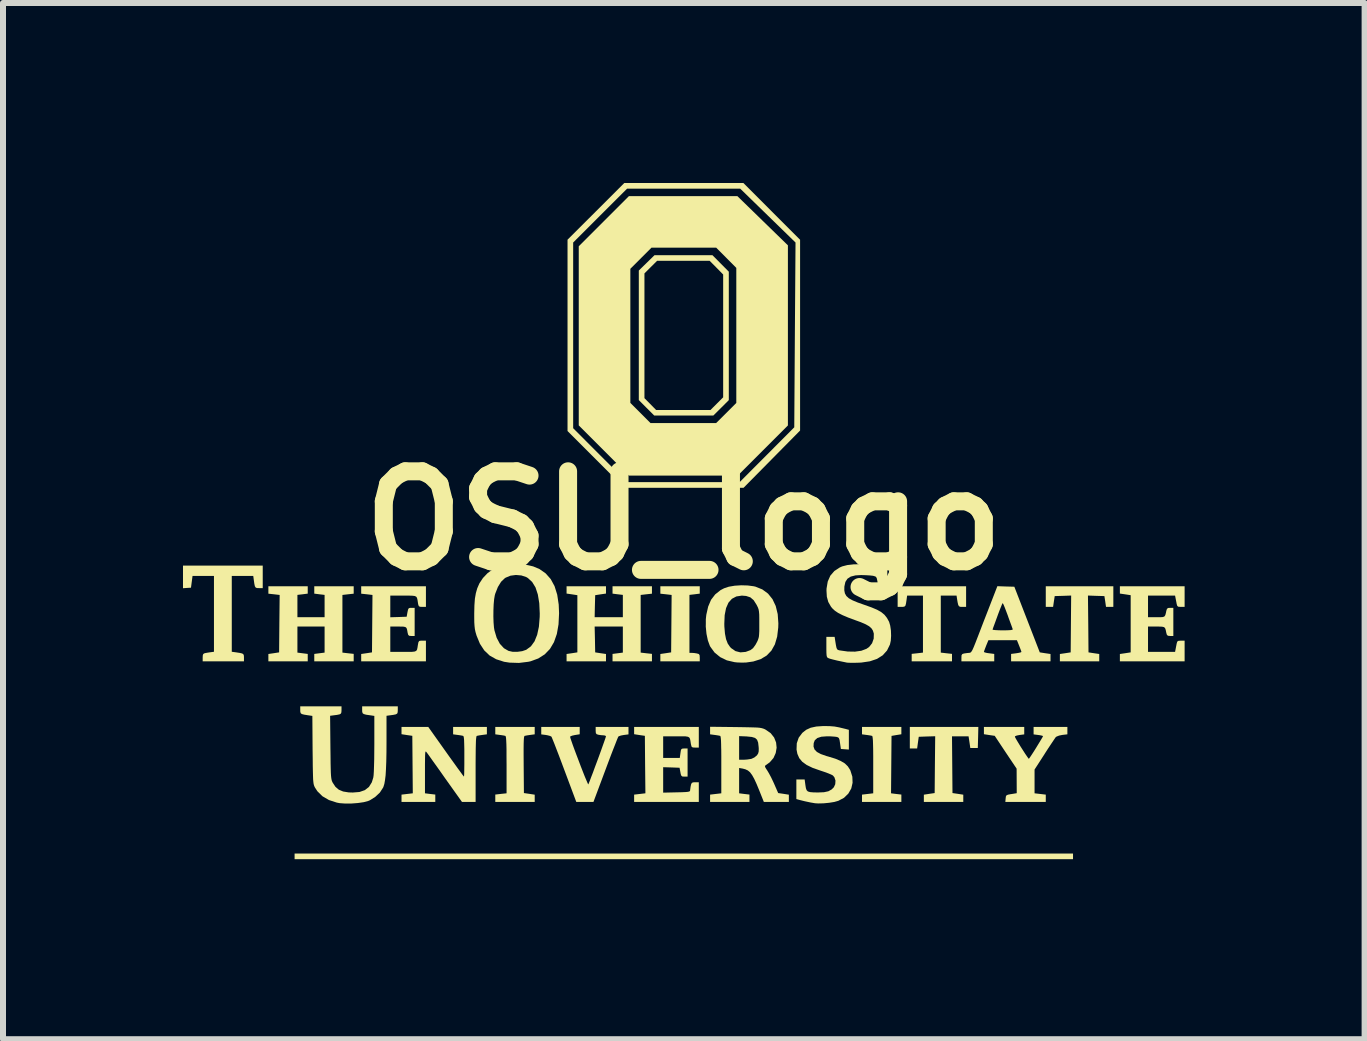
<source format=kicad_pcb>
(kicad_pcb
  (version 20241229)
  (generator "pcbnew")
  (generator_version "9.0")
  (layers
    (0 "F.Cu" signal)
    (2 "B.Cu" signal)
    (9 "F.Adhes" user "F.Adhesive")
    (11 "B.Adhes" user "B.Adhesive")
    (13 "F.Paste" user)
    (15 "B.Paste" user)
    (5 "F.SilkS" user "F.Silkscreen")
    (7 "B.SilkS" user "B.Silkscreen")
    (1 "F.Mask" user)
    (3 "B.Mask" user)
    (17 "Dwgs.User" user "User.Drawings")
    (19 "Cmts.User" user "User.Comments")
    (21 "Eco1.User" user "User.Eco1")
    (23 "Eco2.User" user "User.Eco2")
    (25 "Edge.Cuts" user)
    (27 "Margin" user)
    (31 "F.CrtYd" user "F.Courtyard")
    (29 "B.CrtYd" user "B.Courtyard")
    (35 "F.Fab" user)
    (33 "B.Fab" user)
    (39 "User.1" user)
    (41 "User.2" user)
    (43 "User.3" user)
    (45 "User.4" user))
  (footprint "OSU_logo"
    (layer "F.Cu")
    (at 8.347 5.627)
    (property "Reference" "OSU_logo" (at 0 0 0) (layer "F.SilkS") (effects (font (size 1.5 1.5) (thickness 0.3))))
    (attr board_only exclude_from_pos_files exclude_from_bom)
    (fp_poly (pts (xy 6.487 5.596) (xy 6.487 5.643) (xy 0 5.643) (xy -6.487 5.643) (xy -6.487 5.596) (xy -6.487 5.549) (xy 0 5.549) (xy 6.487 5.549)) (stroke (width 0) (type solid)) (fill yes) (layer "F.SilkS"))
    (fp_poly (pts (xy 0.266 1.156) (xy 0.266 1.217) (xy 0.18 1.228) (xy 0.094 1.238) (xy 0.094 1.721) (xy 0.094 2.204) (xy 0.131 2.204) (xy 0.174 2.207) (xy 0.217 2.214) (xy 0.249 2.223) (xy 0.263 2.242) (xy 0.266 2.28) (xy 0.266 2.284) (xy 0.266 2.345) (xy -0.063 2.345) (xy -0.391 2.345) (xy -0.391 2.284) (xy -0.391 2.223) (xy -0.301 2.21) (xy -0.211 2.196) (xy -0.207 1.718) (xy -0.203 1.239) (xy -0.297 1.228) (xy -0.391 1.218) (xy -0.391 1.156) (xy -0.391 1.094) (xy -0.063 1.094) (xy 0.266 1.094)) (stroke (width 0) (type solid)) (fill yes) (layer "F.SilkS"))
    (fp_poly (pts (xy 4.905 3.615) (xy 4.9 3.79) (xy 4.838 3.79) (xy 4.775 3.79) (xy 4.761 3.693) (xy 4.746 3.595) (xy 4.608 3.595) (xy 4.47 3.595) (xy 4.474 4.068) (xy 4.478 4.541) (xy 4.568 4.554) (xy 4.658 4.568) (xy 4.658 4.628) (xy 4.658 4.689) (xy 4.33 4.689) (xy 4.001 4.689) (xy 4.001 4.628) (xy 4.001 4.568) (xy 4.091 4.554) (xy 4.181 4.541) (xy 4.185 4.067) (xy 4.19 3.594) (xy 4.053 3.598) (xy 3.916 3.603) (xy 3.902 3.701) (xy 3.889 3.798) (xy 3.828 3.798) (xy 3.767 3.798) (xy 3.767 3.619) (xy 3.767 3.439) (xy 4.338 3.439) (xy 4.909 3.439)) (stroke (width 0) (type solid)) (fill yes) (layer "F.SilkS"))
    (fp_poly (pts (xy 7.159 1.266) (xy 7.159 1.438) (xy 7.098 1.438) (xy 7.037 1.438) (xy 7.024 1.348) (xy 7.01 1.258) (xy 6.873 1.254) (xy 6.736 1.249) (xy 6.741 1.723) (xy 6.745 2.196) (xy 6.835 2.21) (xy 6.924 2.223) (xy 6.924 2.284) (xy 6.924 2.345) (xy 6.596 2.345) (xy 6.268 2.345) (xy 6.268 2.284) (xy 6.268 2.223) (xy 6.358 2.21) (xy 6.448 2.196) (xy 6.452 1.723) (xy 6.456 1.249) (xy 6.319 1.254) (xy 6.182 1.258) (xy 6.168 1.348) (xy 6.155 1.438) (xy 6.094 1.438) (xy 6.033 1.438) (xy 6.033 1.266) (xy 6.033 1.094) (xy 6.596 1.094) (xy 7.159 1.094)) (stroke (width 0) (type solid)) (fill yes) (layer "F.SilkS"))
    (fp_poly (pts (xy 3.626 3.5) (xy 3.626 3.561) (xy 3.544 3.574) (xy 3.462 3.588) (xy 3.458 4.066) (xy 3.454 4.545) (xy 3.54 4.556) (xy 3.626 4.566) (xy 3.626 4.628) (xy 3.626 4.689) (xy 3.298 4.689) (xy 2.97 4.689) (xy 2.97 4.628) (xy 2.97 4.567) (xy 3.064 4.556) (xy 3.157 4.545) (xy 3.157 4.07) (xy 3.157 3.928) (xy 3.156 3.815) (xy 3.154 3.728) (xy 3.152 3.665) (xy 3.148 3.622) (xy 3.144 3.597) (xy 3.138 3.588) (xy 3.138 3.588) (xy 3.111 3.582) (xy 3.067 3.575) (xy 3.044 3.572) (xy 2.97 3.562) (xy 2.97 3.5) (xy 2.97 3.439) (xy 3.298 3.439) (xy 3.626 3.439)) (stroke (width 0) (type solid)) (fill yes) (layer "F.SilkS"))
    (fp_poly (pts (xy 0.614 -4.286) (xy 0.75 -4.149) (xy 0.75 -3.079) (xy 0.75 -2.008) (xy 0.621 -1.879) (xy 0.492 -1.751) (xy -0.001 -1.751) (xy -0.493 -1.751) (xy -0.622 -1.88) (xy -0.75 -2.009) (xy -0.75 -3.089) (xy -0.75 -4.12) (xy -0.656 -4.12) (xy -0.656 -3.08) (xy -0.656 -2.041) (xy -0.559 -1.943) (xy -0.462 -1.844) (xy -0.009 -1.844) (xy 0.445 -1.844) (xy 0.551 -1.95) (xy 0.656 -2.055) (xy 0.656 -3.078) (xy 0.656 -4.102) (xy 0.544 -4.216) (xy 0.431 -4.33) (xy -0.007 -4.33) (xy -0.445 -4.33) (xy -0.551 -4.225) (xy -0.656 -4.12) (xy -0.75 -4.12) (xy -0.75 -4.168) (xy -0.619 -4.296) (xy -0.488 -4.424) (xy -0.005 -4.424) (xy 0.477 -4.424)) (stroke (width 0) (type solid)) (fill yes) (layer "F.SilkS"))
    (fp_poly (pts (xy 1.314 -4.998) (xy 1.735 -4.588) (xy 1.735 -3.087) (xy 1.735 -1.586) (xy 1.317 -1.168) (xy 0.899 -0.75) (xy -0.008 -0.75) (xy -0.915 -0.75) (xy -1.333 -1.169) (xy -1.751 -1.587) (xy -1.751 -3.079) (xy -1.751 -4.197) (xy -0.891 -4.197) (xy -0.891 -3.08) (xy -0.891 -1.962) (xy -0.723 -1.794) (xy -0.555 -1.626) (xy -0.008 -1.626) (xy 0.539 -1.626) (xy 0.707 -1.793) (xy 0.875 -1.961) (xy 0.875 -3.087) (xy 0.875 -4.212) (xy 0.708 -4.38) (xy 0.54 -4.549) (xy 0.001 -4.549) (xy -0.539 -4.549) (xy -0.715 -4.373) (xy -0.891 -4.197) (xy -1.751 -4.197) (xy -1.751 -4.572) (xy -1.333 -4.99) (xy -0.915 -5.408) (xy -0.011 -5.408) (xy 0.893 -5.408)) (stroke (width 0) (type solid)) (fill yes) (layer "F.SilkS"))
    (fp_poly (pts (xy 1.465 -5.154) (xy 1.938 -4.681) (xy 1.938 -3.091) (xy 1.938 -1.501) (xy 1.467 -1.024) (xy 0.996 -0.547) (xy 0.002 -0.547) (xy -0.993 -0.547) (xy -1.465 -1.02) (xy -1.938 -1.493) (xy -1.938 -3.087) (xy -1.938 -4.635) (xy -1.844 -4.635) (xy -1.844 -3.087) (xy -1.844 -1.54) (xy -1.395 -1.09) (xy -0.946 -0.641) (xy -0.008 -0.641) (xy 0.93 -0.641) (xy 1.386 -1.098) (xy 1.841 -1.555) (xy 1.851 -3.095) (xy 1.862 -4.635) (xy 1.401 -5.084) (xy 0.94 -5.533) (xy -0.003 -5.533) (xy -0.945 -5.533) (xy -1.395 -5.084) (xy -1.844 -4.635) (xy -1.938 -4.635) (xy -1.938 -4.682) (xy -1.465 -5.154) (xy -0.992 -5.627) (xy 0.00019 -5.627) (xy 0.993 -5.627)) (stroke (width 0) (type solid)) (fill yes) (layer "F.SilkS"))
    (fp_poly (pts (xy 4.705 1.266) (xy 4.705 1.438) (xy 4.643 1.438) (xy 4.609 1.437) (xy 4.587 1.428) (xy 4.574 1.406) (xy 4.564 1.364) (xy 4.556 1.317) (xy 4.546 1.25) (xy 4.414 1.25) (xy 4.283 1.25) (xy 4.283 1.725) (xy 4.283 2.2) (xy 4.377 2.211) (xy 4.47 2.221) (xy 4.47 2.283) (xy 4.47 2.345) (xy 4.134 2.345) (xy 3.798 2.345) (xy 3.798 2.283) (xy 3.798 2.221) (xy 3.892 2.211) (xy 3.986 2.2) (xy 3.986 1.725) (xy 3.986 1.25) (xy 3.854 1.25) (xy 3.722 1.25) (xy 3.712 1.325) (xy 3.703 1.383) (xy 3.694 1.417) (xy 3.677 1.433) (xy 3.65 1.438) (xy 3.627 1.438) (xy 3.564 1.438) (xy 3.564 1.266) (xy 3.564 1.094) (xy 4.134 1.094) (xy 4.705 1.094)) (stroke (width 0) (type solid)) (fill yes) (layer "F.SilkS"))
    (fp_poly (pts (xy -7.018 0.938) (xy -7.018 1.125) (xy -7.08 1.125) (xy -7.114 1.124) (xy -7.135 1.116) (xy -7.149 1.094) (xy -7.158 1.053) (xy -7.166 0.996) (xy -7.176 0.922) (xy -7.355 0.922) (xy -7.534 0.922) (xy -7.534 1.554) (xy -7.534 2.186) (xy -7.46 2.196) (xy -7.397 2.206) (xy -7.359 2.215) (xy -7.339 2.23) (xy -7.332 2.252) (xy -7.331 2.283) (xy -7.331 2.345) (xy -7.675 2.345) (xy -8.019 2.345) (xy -8.019 2.282) (xy -8.017 2.245) (xy -8.009 2.223) (xy -7.986 2.21) (xy -7.943 2.202) (xy -7.905 2.196) (xy -7.831 2.186) (xy -7.831 1.554) (xy -7.831 0.922) (xy -8.009 0.922) (xy -8.188 0.922) (xy -8.201 1.02) (xy -8.214 1.118) (xy -8.28 1.122) (xy -8.347 1.127) (xy -8.347 0.939) (xy -8.347 0.75) (xy -7.683 0.75) (xy -7.018 0.75)) (stroke (width 0) (type solid)) (fill yes) (layer "F.SilkS"))
    (fp_poly (pts (xy -2.485 3.5) (xy -2.485 3.562) (xy -2.56 3.572) (xy -2.608 3.579) (xy -2.644 3.586) (xy -2.654 3.588) (xy -2.659 3.596) (xy -2.664 3.619) (xy -2.667 3.659) (xy -2.669 3.718) (xy -2.67 3.8) (xy -2.67 3.908) (xy -2.669 4.043) (xy -2.669 4.068) (xy -2.665 4.541) (xy -2.575 4.554) (xy -2.485 4.568) (xy -2.485 4.628) (xy -2.485 4.689) (xy -2.814 4.689) (xy -3.142 4.689) (xy -3.142 4.627) (xy -3.142 4.566) (xy -3.048 4.555) (xy -2.954 4.545) (xy -2.954 4.069) (xy -2.955 3.928) (xy -2.955 3.815) (xy -2.957 3.728) (xy -2.96 3.664) (xy -2.963 3.622) (xy -2.968 3.597) (xy -2.974 3.588) (xy -2.974 3.588) (xy -3 3.582) (xy -3.044 3.575) (xy -3.068 3.572) (xy -3.142 3.562) (xy -3.142 3.5) (xy -3.142 3.439) (xy -2.814 3.439) (xy -2.485 3.439)) (stroke (width 0) (type solid)) (fill yes) (layer "F.SilkS"))
    (fp_poly (pts (xy -6.268 1.156) (xy -6.268 1.217) (xy -6.354 1.228) (xy -6.44 1.238) (xy -6.44 1.424) (xy -6.44 1.61) (xy -6.213 1.61) (xy -5.987 1.61) (xy -5.987 1.424) (xy -5.987 1.238) (xy -6.073 1.228) (xy -6.159 1.217) (xy -6.159 1.156) (xy -6.159 1.094) (xy -5.83 1.094) (xy -5.502 1.094) (xy -5.502 1.156) (xy -5.502 1.218) (xy -5.596 1.228) (xy -5.69 1.239) (xy -5.69 1.719) (xy -5.69 2.2) (xy -5.596 2.211) (xy -5.502 2.221) (xy -5.502 2.283) (xy -5.502 2.345) (xy -5.83 2.345) (xy -6.159 2.345) (xy -6.159 2.283) (xy -6.159 2.222) (xy -6.073 2.211) (xy -5.987 2.2) (xy -5.987 1.983) (xy -5.987 1.766) (xy -6.213 1.766) (xy -6.44 1.766) (xy -6.44 1.983) (xy -6.44 2.2) (xy -6.354 2.211) (xy -6.268 2.222) (xy -6.268 2.283) (xy -6.268 2.345) (xy -6.596 2.345) (xy -6.924 2.345) (xy -6.924 2.284) (xy -6.924 2.223) (xy -6.835 2.21) (xy -6.745 2.196) (xy -6.741 1.718) (xy -6.736 1.239) (xy -6.83 1.228) (xy -6.924 1.218) (xy -6.924 1.156) (xy -6.924 1.094) (xy -6.596 1.094) (xy -6.268 1.094)) (stroke (width 0) (type solid)) (fill yes) (layer "F.SilkS"))
    (fp_poly (pts (xy -1.297 1.155) (xy -1.297 1.216) (xy -1.387 1.229) (xy -1.477 1.243) (xy -1.482 1.426) (xy -1.486 1.61) (xy -1.251 1.61) (xy -1.016 1.61) (xy -1.016 1.424) (xy -1.016 1.238) (xy -1.102 1.228) (xy -1.188 1.217) (xy -1.188 1.156) (xy -1.188 1.094) (xy -0.86 1.094) (xy -0.531 1.094) (xy -0.531 1.156) (xy -0.531 1.218) (xy -0.625 1.228) (xy -0.719 1.239) (xy -0.719 1.719) (xy -0.719 2.2) (xy -0.625 2.211) (xy -0.531 2.221) (xy -0.531 2.283) (xy -0.531 2.345) (xy -0.86 2.345) (xy -1.188 2.345) (xy -1.188 2.283) (xy -1.188 2.222) (xy -1.102 2.211) (xy -1.016 2.2) (xy -1.016 1.983) (xy -1.016 1.766) (xy -1.251 1.766) (xy -1.486 1.766) (xy -1.481 1.981) (xy -1.477 2.196) (xy -1.387 2.21) (xy -1.297 2.223) (xy -1.297 2.284) (xy -1.297 2.345) (xy -1.626 2.345) (xy -1.954 2.345) (xy -1.954 2.284) (xy -1.954 2.223) (xy -1.864 2.21) (xy -1.774 2.196) (xy -1.774 1.719) (xy -1.774 1.243) (xy -1.864 1.229) (xy -1.954 1.216) (xy -1.954 1.155) (xy -1.954 1.094) (xy -1.626 1.094) (xy -1.297 1.094)) (stroke (width 0) (type solid)) (fill yes) (layer "F.SilkS"))
    (fp_poly (pts (xy 8.347 1.266) (xy 8.347 1.438) (xy 8.286 1.438) (xy 8.245 1.436) (xy 8.225 1.423) (xy 8.216 1.394) (xy 8.215 1.391) (xy 8.205 1.338) (xy 8.197 1.297) (xy 8.188 1.25) (xy 7.963 1.25) (xy 7.737 1.25) (xy 7.737 1.43) (xy 7.737 1.61) (xy 7.877 1.61) (xy 7.944 1.61) (xy 7.987 1.607) (xy 8.012 1.596) (xy 8.026 1.573) (xy 8.036 1.535) (xy 8.042 1.504) (xy 8.053 1.47) (xy 8.073 1.456) (xy 8.106 1.454) (xy 8.159 1.454) (xy 8.159 1.688) (xy 8.159 1.923) (xy 8.106 1.923) (xy 8.068 1.919) (xy 8.051 1.902) (xy 8.042 1.872) (xy 8.032 1.822) (xy 8.021 1.791) (xy 8.003 1.775) (xy 7.971 1.768) (xy 7.919 1.766) (xy 7.877 1.766) (xy 7.737 1.766) (xy 7.737 1.977) (xy 7.737 2.188) (xy 7.963 2.188) (xy 8.188 2.188) (xy 8.197 2.141) (xy 8.207 2.089) (xy 8.215 2.048) (xy 8.224 2.017) (xy 8.243 2.004) (xy 8.281 2.001) (xy 8.286 2.001) (xy 8.347 2.001) (xy 8.347 2.173) (xy 8.347 2.345) (xy 7.808 2.345) (xy 7.268 2.345) (xy 7.268 2.284) (xy 7.268 2.223) (xy 7.358 2.21) (xy 7.448 2.196) (xy 7.448 1.719) (xy 7.448 1.243) (xy 7.358 1.229) (xy 7.268 1.216) (xy 7.268 1.155) (xy 7.268 1.094) (xy 7.808 1.094) (xy 8.347 1.094)) (stroke (width 0) (type solid)) (fill yes) (layer "F.SilkS"))
    (fp_poly (pts (xy 0.25 3.611) (xy 0.25 3.783) (xy 0.189 3.783) (xy 0.15 3.781) (xy 0.131 3.77) (xy 0.122 3.741) (xy 0.117 3.716) (xy 0.11 3.669) (xy 0.103 3.636) (xy 0.09 3.614) (xy 0.067 3.602) (xy 0.028 3.596) (xy -0.032 3.595) (xy -0.117 3.595) (xy -0.126 3.595) (xy -0.344 3.595) (xy -0.344 3.775) (xy -0.344 3.955) (xy -0.205 3.955) (xy -0.067 3.955) (xy -0.056 3.876) (xy -0.049 3.83) (xy -0.039 3.807) (xy -0.019 3.799) (xy 0.008 3.798) (xy 0.063 3.798) (xy 0.063 4.033) (xy 0.063 4.267) (xy 0.01 4.267) (xy -0.023 4.265) (xy -0.04 4.254) (xy -0.051 4.225) (xy -0.057 4.193) (xy -0.071 4.119) (xy -0.207 4.114) (xy -0.344 4.11) (xy -0.344 4.322) (xy -0.344 4.534) (xy -0.121 4.529) (xy -0.032 4.527) (xy 0.031 4.524) (xy 0.072 4.52) (xy 0.095 4.513) (xy 0.104 4.505) (xy 0.104 4.502) (xy 0.113 4.435) (xy 0.122 4.394) (xy 0.134 4.372) (xy 0.152 4.363) (xy 0.18 4.361) (xy 0.188 4.361) (xy 0.25 4.361) (xy 0.25 4.525) (xy 0.25 4.689) (xy -0.289 4.689) (xy -0.828 4.689) (xy -0.828 4.628) (xy -0.828 4.567) (xy -0.734 4.556) (xy -0.64 4.545) (xy -0.645 4.066) (xy -0.649 3.587) (xy -0.739 3.574) (xy -0.828 3.56) (xy -0.828 3.5) (xy -0.828 3.439) (xy -0.289 3.439) (xy 0.25 3.439)) (stroke (width 0) (type solid)) (fill yes) (layer "F.SilkS"))
    (fp_poly (pts (xy 5.674 3.501) (xy 5.674 3.563) (xy 5.596 3.573) (xy 5.551 3.582) (xy 5.523 3.593) (xy 5.518 3.599) (xy 5.525 3.618) (xy 5.546 3.655) (xy 5.577 3.707) (xy 5.613 3.766) (xy 5.652 3.827) (xy 5.688 3.883) (xy 5.72 3.93) (xy 5.742 3.961) (xy 5.751 3.97) (xy 5.761 3.957) (xy 5.784 3.924) (xy 5.816 3.875) (xy 5.853 3.817) (xy 5.891 3.755) (xy 5.927 3.696) (xy 5.958 3.645) (xy 5.979 3.609) (xy 5.987 3.592) (xy 5.987 3.592) (xy 5.973 3.585) (xy 5.937 3.577) (xy 5.908 3.573) (xy 5.83 3.563) (xy 5.83 3.501) (xy 5.83 3.439) (xy 6.112 3.439) (xy 6.393 3.439) (xy 6.393 3.5) (xy 6.393 3.562) (xy 6.308 3.572) (xy 6.255 3.583) (xy 6.214 3.599) (xy 6.2 3.608) (xy 6.185 3.629) (xy 6.156 3.672) (xy 6.116 3.732) (xy 6.068 3.804) (xy 6.016 3.885) (xy 6.012 3.892) (xy 5.846 4.149) (xy 5.846 4.347) (xy 5.846 4.545) (xy 5.94 4.556) (xy 6.033 4.567) (xy 6.033 4.628) (xy 6.033 4.689) (xy 5.696 4.689) (xy 5.359 4.689) (xy 5.364 4.631) (xy 5.368 4.598) (xy 5.378 4.579) (xy 5.403 4.568) (xy 5.449 4.559) (xy 5.459 4.558) (xy 5.549 4.543) (xy 5.548 4.339) (xy 5.547 4.134) (xy 5.364 3.861) (xy 5.182 3.587) (xy 5.092 3.574) (xy 5.002 3.56) (xy 5.002 3.5) (xy 5.002 3.439) (xy 5.338 3.439) (xy 5.674 3.439)) (stroke (width 0) (type solid)) (fill yes) (layer "F.SilkS"))
    (fp_poly (pts (xy -4.298 1.266) (xy -4.298 1.438) (xy -4.36 1.438) (xy -4.398 1.436) (xy -4.417 1.425) (xy -4.427 1.396) (xy -4.431 1.372) (xy -4.438 1.324) (xy -4.446 1.291) (xy -4.458 1.27) (xy -4.482 1.257) (xy -4.521 1.252) (xy -4.58 1.25) (xy -4.666 1.25) (xy -4.675 1.25) (xy -4.892 1.25) (xy -4.892 1.431) (xy -4.892 1.611) (xy -4.756 1.607) (xy -4.619 1.602) (xy -4.606 1.528) (xy -4.596 1.483) (xy -4.584 1.461) (xy -4.562 1.454) (xy -4.539 1.454) (xy -4.486 1.454) (xy -4.486 1.688) (xy -4.486 1.923) (xy -4.54 1.923) (xy -4.576 1.92) (xy -4.593 1.905) (xy -4.603 1.87) (xy -4.604 1.864) (xy -4.612 1.818) (xy -4.622 1.789) (xy -4.642 1.773) (xy -4.676 1.767) (xy -4.733 1.766) (xy -4.759 1.766) (xy -4.892 1.766) (xy -4.892 1.977) (xy -4.892 2.188) (xy -4.675 2.188) (xy -4.587 2.188) (xy -4.525 2.187) (xy -4.485 2.182) (xy -4.46 2.171) (xy -4.446 2.15) (xy -4.439 2.118) (xy -4.432 2.072) (xy -4.431 2.067) (xy -4.423 2.026) (xy -4.41 2.006) (xy -4.382 2.001) (xy -4.36 2.001) (xy -4.298 2.001) (xy -4.298 2.173) (xy -4.298 2.345) (xy -4.838 2.345) (xy -5.377 2.345) (xy -5.377 2.284) (xy -5.377 2.223) (xy -5.287 2.21) (xy -5.197 2.196) (xy -5.193 1.718) (xy -5.189 1.239) (xy -5.283 1.228) (xy -5.377 1.218) (xy -5.377 1.156) (xy -5.377 1.094) (xy -4.838 1.094) (xy -4.298 1.094)) (stroke (width 0) (type solid)) (fill yes) (layer "F.SilkS"))
    (fp_poly (pts (xy -1.735 3.5) (xy -1.735 3.561) (xy -1.816 3.574) (xy -1.861 3.584) (xy -1.89 3.596) (xy -1.895 3.603) (xy -1.889 3.628) (xy -1.873 3.675) (xy -1.85 3.741) (xy -1.821 3.82) (xy -1.788 3.908) (xy -1.753 4) (xy -1.718 4.093) (xy -1.684 4.18) (xy -1.653 4.259) (xy -1.626 4.323) (xy -1.606 4.37) (xy -1.595 4.394) (xy -1.592 4.396) (xy -1.584 4.379) (xy -1.567 4.337) (xy -1.544 4.275) (xy -1.514 4.198) (xy -1.482 4.11) (xy -1.447 4.017) (xy -1.412 3.922) (xy -1.379 3.831) (xy -1.35 3.749) (xy -1.325 3.679) (xy -1.307 3.627) (xy -1.298 3.598) (xy -1.297 3.594) (xy -1.311 3.583) (xy -1.334 3.579) (xy -1.378 3.576) (xy -1.42 3.57) (xy -1.452 3.56) (xy -1.466 3.542) (xy -1.469 3.504) (xy -1.469 3.499) (xy -1.469 3.439) (xy -1.196 3.439) (xy -0.922 3.439) (xy -0.922 3.501) (xy -0.922 3.563) (xy -1 3.573) (xy -1.048 3.582) (xy -1.082 3.594) (xy -1.092 3.601) (xy -1.1 3.619) (xy -1.118 3.663) (xy -1.144 3.73) (xy -1.178 3.816) (xy -1.217 3.917) (xy -1.26 4.031) (xy -1.306 4.154) (xy -1.506 4.689) (xy -1.649 4.689) (xy -1.792 4.689) (xy -1.992 4.154) (xy -2.038 4.031) (xy -2.081 3.917) (xy -2.12 3.816) (xy -2.153 3.73) (xy -2.18 3.663) (xy -2.198 3.619) (xy -2.206 3.601) (xy -2.229 3.589) (xy -2.271 3.578) (xy -2.298 3.573) (xy -2.376 3.563) (xy -2.376 3.501) (xy -2.376 3.439) (xy -2.055 3.439) (xy -1.735 3.439)) (stroke (width 0) (type solid)) (fill yes) (layer "F.SilkS"))
    (fp_poly (pts (xy 1.065 1.081) (xy 1.164 1.094) (xy 1.195 1.101) (xy 1.309 1.147) (xy 1.404 1.217) (xy 1.478 1.309) (xy 1.532 1.423) (xy 1.565 1.558) (xy 1.576 1.713) (xy 1.574 1.782) (xy 1.556 1.934) (xy 1.518 2.063) (xy 1.46 2.167) (xy 1.381 2.249) (xy 1.281 2.309) (xy 1.158 2.348) (xy 1.039 2.365) (xy 0.969 2.367) (xy 0.89 2.364) (xy 0.845 2.359) (xy 0.717 2.329) (xy 0.606 2.275) (xy 0.513 2.199) (xy 0.444 2.105) (xy 0.434 2.087) (xy 0.401 1.997) (xy 0.378 1.887) (xy 0.366 1.766) (xy 0.367 1.719) (xy 0.675 1.719) (xy 0.676 1.766) (xy 0.686 1.884) (xy 0.704 1.976) (xy 0.732 2.049) (xy 0.771 2.106) (xy 0.789 2.125) (xy 0.861 2.175) (xy 0.943 2.196) (xy 1.032 2.188) (xy 1.11 2.159) (xy 1.154 2.126) (xy 1.194 2.071) (xy 1.211 2.04) (xy 1.23 2.003) (xy 1.242 1.971) (xy 1.251 1.938) (xy 1.255 1.897) (xy 1.258 1.84) (xy 1.258 1.762) (xy 1.258 1.719) (xy 1.258 1.63) (xy 1.257 1.565) (xy 1.253 1.518) (xy 1.247 1.482) (xy 1.236 1.45) (xy 1.22 1.417) (xy 1.211 1.4) (xy 1.164 1.326) (xy 1.109 1.279) (xy 1.039 1.256) (xy 0.968 1.25) (xy 0.876 1.264) (xy 0.802 1.303) (xy 0.744 1.368) (xy 0.704 1.459) (xy 0.681 1.576) (xy 0.675 1.719) (xy 0.367 1.719) (xy 0.367 1.644) (xy 0.375 1.57) (xy 0.406 1.433) (xy 0.454 1.32) (xy 0.523 1.23) (xy 0.612 1.159) (xy 0.671 1.128) (xy 0.749 1.102) (xy 0.848 1.085) (xy 0.956 1.078)) (stroke (width 0) (type solid)) (fill yes) (layer "F.SilkS"))
    (fp_poly (pts (xy -3.282 3.5) (xy -3.282 3.562) (xy -3.357 3.572) (xy -3.405 3.579) (xy -3.441 3.586) (xy -3.45 3.588) (xy -3.456 3.596) (xy -3.46 3.62) (xy -3.464 3.661) (xy -3.466 3.722) (xy -3.468 3.805) (xy -3.469 3.913) (xy -3.47 4.049) (xy -3.47 4.142) (xy -3.47 4.689) (xy -3.584 4.689) (xy -3.697 4.689) (xy -3.978 4.295) (xy -4.048 4.195) (xy -4.114 4.102) (xy -4.173 4.02) (xy -4.222 3.951) (xy -4.259 3.899) (xy -4.282 3.868) (xy -4.286 3.863) (xy -4.295 3.852) (xy -4.302 3.848) (xy -4.307 3.856) (xy -4.31 3.878) (xy -4.312 3.917) (xy -4.313 3.977) (xy -4.314 4.061) (xy -4.314 4.173) (xy -4.314 4.185) (xy -4.314 4.545) (xy -4.228 4.556) (xy -4.142 4.566) (xy -4.142 4.628) (xy -4.142 4.689) (xy -4.424 4.689) (xy -4.705 4.689) (xy -4.705 4.628) (xy -4.705 4.567) (xy -4.611 4.556) (xy -4.517 4.545) (xy -4.521 4.066) (xy -4.525 3.587) (xy -4.615 3.574) (xy -4.705 3.56) (xy -4.705 3.5) (xy -4.705 3.439) (xy -4.482 3.439) (xy -4.259 3.439) (xy -3.965 3.853) (xy -3.894 3.953) (xy -3.828 4.044) (xy -3.771 4.124) (xy -3.723 4.189) (xy -3.689 4.236) (xy -3.668 4.262) (xy -3.664 4.267) (xy -3.662 4.252) (xy -3.66 4.211) (xy -3.659 4.147) (xy -3.658 4.065) (xy -3.658 3.97) (xy -3.658 3.931) (xy -3.658 3.813) (xy -3.66 3.723) (xy -3.662 3.659) (xy -3.666 3.617) (xy -3.672 3.594) (xy -3.677 3.588) (xy -3.704 3.582) (xy -3.748 3.575) (xy -3.771 3.572) (xy -3.845 3.562) (xy -3.845 3.5) (xy -3.845 3.439) (xy -3.564 3.439) (xy -3.282 3.439)) (stroke (width 0) (type solid)) (fill yes) (layer "F.SilkS"))
    (fp_poly (pts (xy -2.643 0.733) (xy -2.511 0.763) (xy -2.406 0.807) (xy -2.302 0.88) (xy -2.218 0.975) (xy -2.154 1.093) (xy -2.11 1.234) (xy -2.085 1.399) (xy -2.079 1.544) (xy -2.088 1.729) (xy -2.116 1.889) (xy -2.164 2.026) (xy -2.231 2.139) (xy -2.318 2.229) (xy -2.426 2.298) (xy -2.555 2.345) (xy -2.593 2.353) (xy -2.747 2.372) (xy -2.905 2.367) (xy -2.995 2.353) (xy -3.126 2.311) (xy -3.236 2.249) (xy -3.326 2.163) (xy -3.398 2.053) (xy -3.454 1.917) (xy -3.457 1.907) (xy -3.472 1.856) (xy -3.482 1.809) (xy -3.488 1.757) (xy -3.492 1.694) (xy -3.493 1.611) (xy -3.493 1.597) (xy -3.174 1.597) (xy -3.171 1.696) (xy -3.164 1.781) (xy -3.156 1.829) (xy -3.119 1.953) (xy -3.066 2.053) (xy -2.998 2.127) (xy -2.922 2.171) (xy -2.856 2.186) (xy -2.775 2.187) (xy -2.694 2.176) (xy -2.626 2.153) (xy -2.625 2.152) (xy -2.548 2.095) (xy -2.488 2.012) (xy -2.444 1.903) (xy -2.415 1.768) (xy -2.402 1.606) (xy -2.401 1.547) (xy -2.409 1.376) (xy -2.433 1.231) (xy -2.472 1.113) (xy -2.528 1.022) (xy -2.599 0.957) (xy -2.626 0.941) (xy -2.707 0.914) (xy -2.799 0.906) (xy -2.889 0.918) (xy -2.967 0.95) (xy -2.981 0.958) (xy -3.045 1.019) (xy -3.099 1.107) (xy -3.142 1.216) (xy -3.15 1.244) (xy -3.161 1.308) (xy -3.169 1.394) (xy -3.173 1.493) (xy -3.174 1.597) (xy -3.493 1.597) (xy -3.493 1.547) (xy -3.49 1.413) (xy -3.482 1.302) (xy -3.466 1.21) (xy -3.443 1.129) (xy -3.41 1.053) (xy -3.405 1.043) (xy -3.348 0.957) (xy -3.272 0.877) (xy -3.187 0.814) (xy -3.174 0.807) (xy -3.057 0.759) (xy -2.924 0.731) (xy -2.783 0.722)) (stroke (width 0) (type solid)) (fill yes) (layer "F.SilkS"))
    (fp_poly (pts (xy 5.367 1.098) (xy 5.509 1.102) (xy 5.721 1.649) (xy 5.933 2.196) (xy 6.022 2.21) (xy 6.112 2.223) (xy 6.112 2.284) (xy 6.112 2.345) (xy 5.783 2.345) (xy 5.455 2.345) (xy 5.455 2.283) (xy 5.455 2.222) (xy 5.541 2.211) (xy 5.588 2.203) (xy 5.619 2.195) (xy 5.627 2.189) (xy 5.622 2.17) (xy 5.607 2.131) (xy 5.589 2.085) (xy 5.552 1.993) (xy 5.314 1.993) (xy 5.077 1.993) (xy 5.039 2.085) (xy 5.02 2.135) (xy 5.006 2.173) (xy 5.002 2.189) (xy 5.016 2.197) (xy 5.052 2.206) (xy 5.088 2.211) (xy 5.174 2.222) (xy 5.174 2.283) (xy 5.174 2.345) (xy 4.9 2.345) (xy 4.627 2.345) (xy 4.627 2.284) (xy 4.629 2.244) (xy 4.642 2.224) (xy 4.672 2.214) (xy 4.676 2.214) (xy 4.723 2.207) (xy 4.76 2.204) (xy 4.777 2.2) (xy 4.792 2.186) (xy 4.81 2.157) (xy 4.832 2.108) (xy 4.861 2.036) (xy 4.885 1.974) (xy 4.918 1.889) (xy 4.946 1.816) (xy 5.145 1.816) (xy 5.158 1.821) (xy 5.195 1.825) (xy 5.252 1.828) (xy 5.315 1.829) (xy 5.393 1.828) (xy 5.445 1.825) (xy 5.473 1.82) (xy 5.483 1.813) (xy 5.482 1.809) (xy 5.474 1.787) (xy 5.458 1.742) (xy 5.435 1.68) (xy 5.408 1.606) (xy 5.4 1.582) (xy 5.372 1.508) (xy 5.348 1.445) (xy 5.329 1.4) (xy 5.317 1.377) (xy 5.315 1.376) (xy 5.306 1.389) (xy 5.29 1.428) (xy 5.267 1.485) (xy 5.24 1.556) (xy 5.228 1.589) (xy 5.2 1.666) (xy 5.176 1.732) (xy 5.157 1.783) (xy 5.147 1.812) (xy 5.145 1.816) (xy 4.946 1.816) (xy 4.957 1.787) (xy 5 1.675) (xy 5.045 1.56) (xy 5.076 1.48) (xy 5.226 1.093)) (stroke (width 0) (type solid)) (fill yes) (layer "F.SilkS"))
    (fp_poly (pts (xy 2.438 3.426) (xy 2.512 3.432) (xy 2.588 3.446) (xy 2.679 3.468) (xy 2.692 3.471) (xy 2.751 3.487) (xy 2.751 3.651) (xy 2.751 3.816) (xy 2.685 3.811) (xy 2.618 3.806) (xy 2.604 3.71) (xy 2.596 3.657) (xy 2.586 3.627) (xy 2.57 3.612) (xy 2.544 3.605) (xy 2.544 3.604) (xy 2.504 3.6) (xy 2.446 3.596) (xy 2.386 3.595) (xy 2.292 3.602) (xy 2.225 3.624) (xy 2.183 3.661) (xy 2.165 3.708) (xy 2.162 3.766) (xy 2.179 3.815) (xy 2.219 3.856) (xy 2.284 3.891) (xy 2.378 3.924) (xy 2.407 3.932) (xy 2.525 3.968) (xy 2.615 4.006) (xy 2.684 4.047) (xy 2.734 4.096) (xy 2.771 4.154) (xy 2.776 4.164) (xy 2.809 4.268) (xy 2.813 4.37) (xy 2.791 4.465) (xy 2.742 4.55) (xy 2.67 4.62) (xy 2.576 4.67) (xy 2.576 4.67) (xy 2.509 4.689) (xy 2.422 4.703) (xy 2.329 4.712) (xy 2.241 4.714) (xy 2.188 4.711) (xy 2.113 4.698) (xy 2.014 4.677) (xy 1.934 4.657) (xy 1.876 4.641) (xy 1.876 4.478) (xy 1.876 4.314) (xy 1.945 4.314) (xy 2.014 4.314) (xy 2.027 4.411) (xy 2.035 4.46) (xy 2.047 4.493) (xy 2.068 4.514) (xy 2.105 4.525) (xy 2.162 4.53) (xy 2.24 4.531) (xy 2.336 4.527) (xy 2.41 4.511) (xy 2.465 4.48) (xy 2.5 4.445) (xy 2.524 4.393) (xy 2.528 4.333) (xy 2.51 4.278) (xy 2.485 4.248) (xy 2.457 4.233) (xy 2.407 4.212) (xy 2.341 4.188) (xy 2.275 4.166) (xy 2.147 4.121) (xy 2.048 4.073) (xy 1.975 4.02) (xy 1.924 3.959) (xy 1.893 3.888) (xy 1.879 3.816) (xy 1.883 3.711) (xy 1.915 3.618) (xy 1.975 3.538) (xy 2.039 3.487) (xy 2.115 3.452) (xy 2.208 3.432) (xy 2.323 3.424) (xy 2.351 3.424)) (stroke (width 0) (type solid)) (fill yes) (layer "F.SilkS"))
    (fp_poly (pts (xy 0.864 3.441) (xy 0.991 3.443) (xy 1.09 3.445) (xy 1.166 3.447) (xy 1.224 3.449) (xy 1.266 3.453) (xy 1.298 3.459) (xy 1.323 3.466) (xy 1.346 3.475) (xy 1.368 3.487) (xy 1.448 3.543) (xy 1.505 3.615) (xy 1.538 3.698) (xy 1.547 3.785) (xy 1.532 3.873) (xy 1.495 3.956) (xy 1.433 4.028) (xy 1.365 4.077) (xy 1.353 4.088) (xy 1.355 4.107) (xy 1.373 4.138) (xy 1.391 4.165) (xy 1.419 4.212) (xy 1.454 4.277) (xy 1.489 4.35) (xy 1.507 4.39) (xy 1.573 4.541) (xy 1.662 4.554) (xy 1.751 4.568) (xy 1.751 4.628) (xy 1.751 4.689) (xy 1.542 4.689) (xy 1.334 4.689) (xy 1.261 4.506) (xy 1.214 4.392) (xy 1.174 4.305) (xy 1.138 4.241) (xy 1.104 4.195) (xy 1.067 4.164) (xy 1.026 4.145) (xy 0.981 4.133) (xy 0.922 4.123) (xy 0.922 4.334) (xy 0.922 4.545) (xy 1.008 4.556) (xy 1.094 4.566) (xy 1.094 4.628) (xy 1.094 4.689) (xy 0.766 4.689) (xy 0.438 4.689) (xy 0.438 4.628) (xy 0.438 4.567) (xy 0.531 4.556) (xy 0.625 4.545) (xy 0.625 4.07) (xy 0.625 3.928) (xy 0.624 3.815) (xy 0.623 3.789) (xy 0.922 3.789) (xy 0.922 3.986) (xy 0.996 3.986) (xy 1.056 3.982) (xy 1.115 3.973) (xy 1.129 3.97) (xy 1.177 3.947) (xy 1.217 3.914) (xy 1.22 3.911) (xy 1.239 3.881) (xy 1.248 3.847) (xy 1.249 3.798) (xy 1.247 3.771) (xy 1.239 3.7) (xy 1.221 3.652) (xy 1.187 3.622) (xy 1.134 3.606) (xy 1.055 3.598) (xy 1.047 3.597) (xy 0.922 3.592) (xy 0.922 3.789) (xy 0.623 3.789) (xy 0.622 3.728) (xy 0.62 3.665) (xy 0.616 3.622) (xy 0.612 3.597) (xy 0.606 3.588) (xy 0.606 3.588) (xy 0.579 3.582) (xy 0.535 3.575) (xy 0.512 3.572) (xy 0.438 3.562) (xy 0.438 3.499) (xy 0.438 3.436)) (stroke (width 0) (type solid)) (fill yes) (layer "F.SilkS"))
    (fp_poly (pts (xy -5.705 3.158) (xy -5.707 3.194) (xy -5.715 3.216) (xy -5.737 3.229) (xy -5.78 3.238) (xy -5.819 3.243) (xy -5.895 3.253) (xy -5.89 3.78) (xy -5.888 3.923) (xy -5.887 4.037) (xy -5.885 4.128) (xy -5.883 4.198) (xy -5.88 4.251) (xy -5.876 4.289) (xy -5.871 4.318) (xy -5.865 4.34) (xy -5.857 4.358) (xy -5.851 4.369) (xy -5.806 4.437) (xy -5.75 4.485) (xy -5.678 4.515) (xy -5.586 4.53) (xy -5.517 4.532) (xy -5.405 4.523) (xy -5.316 4.492) (xy -5.248 4.439) (xy -5.2 4.362) (xy -5.175 4.281) (xy -5.17 4.243) (xy -5.166 4.177) (xy -5.163 4.087) (xy -5.16 3.978) (xy -5.159 3.852) (xy -5.158 3.729) (xy -5.158 3.255) (xy -5.232 3.244) (xy -5.295 3.235) (xy -5.334 3.224) (xy -5.353 3.21) (xy -5.36 3.186) (xy -5.361 3.156) (xy -5.361 3.095) (xy -5.064 3.095) (xy -4.767 3.095) (xy -4.767 3.158) (xy -4.769 3.194) (xy -4.777 3.216) (xy -4.8 3.229) (xy -4.843 3.238) (xy -4.881 3.243) (xy -4.955 3.253) (xy -4.955 3.686) (xy -4.956 3.866) (xy -4.959 4.017) (xy -4.964 4.142) (xy -4.97 4.244) (xy -4.98 4.325) (xy -4.991 4.388) (xy -5.006 4.436) (xy -5.012 4.45) (xy -5.066 4.533) (xy -5.143 4.605) (xy -5.232 4.661) (xy -5.261 4.673) (xy -5.336 4.693) (xy -5.432 4.707) (xy -5.537 4.715) (xy -5.642 4.716) (xy -5.736 4.709) (xy -5.783 4.7) (xy -5.915 4.657) (xy -6.023 4.594) (xy -6.107 4.511) (xy -6.148 4.448) (xy -6.157 4.43) (xy -6.164 4.411) (xy -6.17 4.388) (xy -6.174 4.358) (xy -6.178 4.316) (xy -6.18 4.259) (xy -6.182 4.185) (xy -6.184 4.09) (xy -6.185 3.97) (xy -6.187 3.823) (xy -6.187 3.819) (xy -6.191 3.255) (xy -6.265 3.244) (xy -6.328 3.234) (xy -6.366 3.224) (xy -6.385 3.21) (xy -6.392 3.186) (xy -6.393 3.156) (xy -6.393 3.095) (xy -6.049 3.095) (xy -5.705 3.095)) (stroke (width 0) (type solid)) (fill yes) (layer "F.SilkS"))
    (fp_poly (pts (xy 3.076 0.736) (xy 3.198 0.754) (xy 3.308 0.782) (xy 3.349 0.796) (xy 3.392 0.812) (xy 3.392 0.977) (xy 3.392 1.141) (xy 3.322 1.141) (xy 3.288 1.141) (xy 3.267 1.137) (xy 3.253 1.124) (xy 3.243 1.096) (xy 3.233 1.047) (xy 3.225 1.001) (xy 3.215 0.957) (xy 3.2 0.935) (xy 3.171 0.924) (xy 3.15 0.919) (xy 3.102 0.914) (xy 3.038 0.91) (xy 2.969 0.908) (xy 2.965 0.907) (xy 2.861 0.913) (xy 2.782 0.933) (xy 2.727 0.969) (xy 2.693 1.022) (xy 2.677 1.095) (xy 2.676 1.1) (xy 2.675 1.162) (xy 2.685 1.213) (xy 2.709 1.256) (xy 2.75 1.294) (xy 2.813 1.329) (xy 2.899 1.365) (xy 3.012 1.405) (xy 3.13 1.447) (xy 3.222 1.486) (xy 3.292 1.526) (xy 3.345 1.57) (xy 3.386 1.622) (xy 3.42 1.684) (xy 3.422 1.688) (xy 3.44 1.75) (xy 3.452 1.831) (xy 3.455 1.919) (xy 3.45 2.001) (xy 3.436 2.065) (xy 3.387 2.165) (xy 3.315 2.245) (xy 3.22 2.305) (xy 3.101 2.345) (xy 2.958 2.366) (xy 2.916 2.368) (xy 2.844 2.37) (xy 2.781 2.37) (xy 2.735 2.368) (xy 2.72 2.367) (xy 2.638 2.35) (xy 2.558 2.333) (xy 2.488 2.316) (xy 2.436 2.302) (xy 2.412 2.293) (xy 2.396 2.285) (xy 2.386 2.271) (xy 2.38 2.247) (xy 2.377 2.206) (xy 2.376 2.143) (xy 2.376 2.108) (xy 2.376 1.938) (xy 2.445 1.938) (xy 2.514 1.938) (xy 2.524 2.005) (xy 2.535 2.073) (xy 2.544 2.117) (xy 2.554 2.142) (xy 2.569 2.155) (xy 2.591 2.162) (xy 2.598 2.163) (xy 2.732 2.182) (xy 2.853 2.184) (xy 2.959 2.169) (xy 3.044 2.137) (xy 3.088 2.107) (xy 3.138 2.044) (xy 3.165 1.967) (xy 3.167 1.886) (xy 3.166 1.88) (xy 3.152 1.834) (xy 3.128 1.796) (xy 3.089 1.761) (xy 3.031 1.728) (xy 2.95 1.693) (xy 2.859 1.66) (xy 2.74 1.616) (xy 2.646 1.576) (xy 2.573 1.539) (xy 2.518 1.502) (xy 2.476 1.463) (xy 2.453 1.435) (xy 2.408 1.356) (xy 2.384 1.269) (xy 2.378 1.166) (xy 2.379 1.133) (xy 2.399 1.015) (xy 2.442 0.918) (xy 2.509 0.84) (xy 2.601 0.78) (xy 2.64 0.763) (xy 2.725 0.741) (xy 2.831 0.729) (xy 2.951 0.727)) (stroke (width 0) (type solid)) (fill yes) (layer "F.SilkS")))
  (gr_rect
    (start -3 -3)
    (end 19.694 14.27)
    (stroke (width 0.1) (type default))
    (fill no)
    (layer "Edge.Cuts")))
</source>
